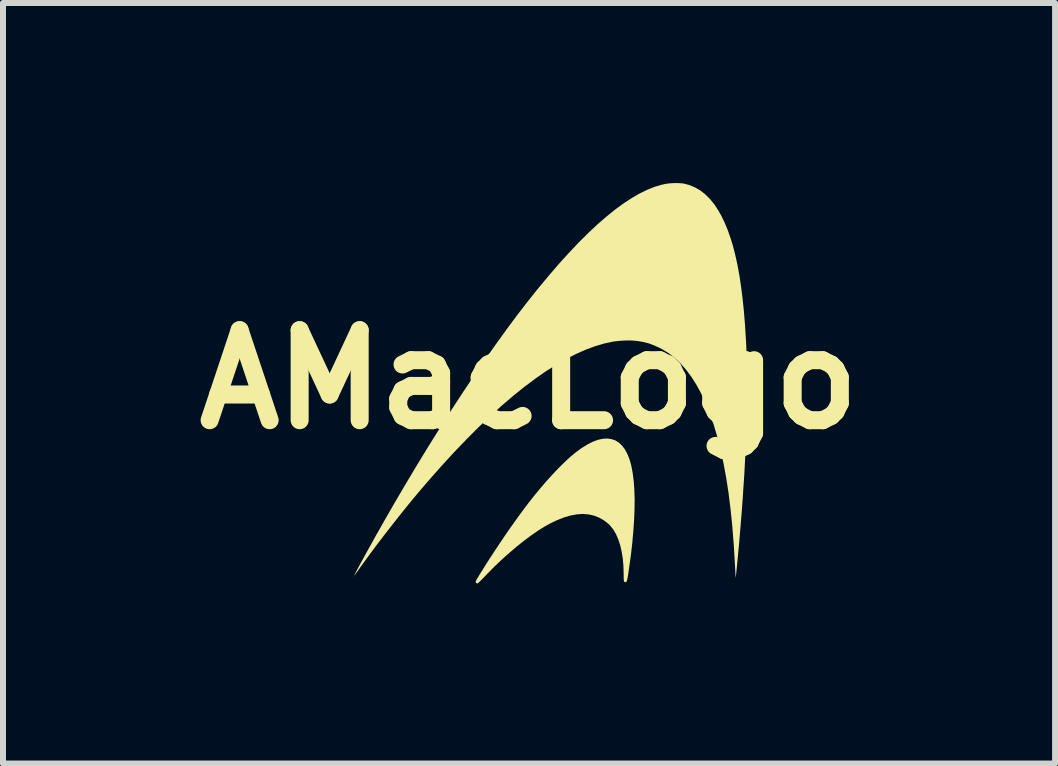
<source format=kicad_pcb>
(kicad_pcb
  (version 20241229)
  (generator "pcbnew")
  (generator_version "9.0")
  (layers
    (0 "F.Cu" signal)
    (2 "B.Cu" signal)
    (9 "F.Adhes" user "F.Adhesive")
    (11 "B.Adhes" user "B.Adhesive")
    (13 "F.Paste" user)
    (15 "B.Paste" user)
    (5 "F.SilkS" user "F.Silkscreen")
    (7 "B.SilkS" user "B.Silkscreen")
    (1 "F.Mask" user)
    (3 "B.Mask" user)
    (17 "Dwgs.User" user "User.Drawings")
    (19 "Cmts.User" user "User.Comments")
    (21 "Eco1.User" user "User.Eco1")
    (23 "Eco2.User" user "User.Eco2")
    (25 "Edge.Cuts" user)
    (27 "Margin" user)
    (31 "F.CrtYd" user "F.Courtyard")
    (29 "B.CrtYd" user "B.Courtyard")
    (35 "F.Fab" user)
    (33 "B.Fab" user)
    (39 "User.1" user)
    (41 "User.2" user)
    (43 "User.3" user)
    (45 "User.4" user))
  (footprint "AMacLogo"
    (layer "F.Cu")
    (at 5.764 3.273)
    (property "Reference" "AMacLogo" (at 0 0 0) (layer "F.SilkS") (effects (font (size 1.5 1.5) (thickness 0.3))))
    (attr board_only exclude_from_pos_files exclude_from_bom)
    (fp_poly (pts (xy -2.916 3.281) (xy -2.92 3.285) (xy -2.923 3.281) (xy -2.92 3.278)) (stroke (width 0) (type solid)) (fill yes) (layer "F.SilkS"))
    (fp_poly (pts (xy 1.375 0.993) (xy 1.438 1.015) (xy 1.496 1.051) (xy 1.549 1.099) (xy 1.595 1.161) (xy 1.636 1.235) (xy 1.672 1.322) (xy 1.701 1.422) (xy 1.707 1.45) (xy 1.729 1.568) (xy 1.745 1.698) (xy 1.755 1.841) (xy 1.76 1.996) (xy 1.758 2.163) (xy 1.751 2.34) (xy 1.738 2.529) (xy 1.72 2.728) (xy 1.696 2.937) (xy 1.665 3.156) (xy 1.655 3.227) (xy 1.647 3.277) (xy 1.64 3.315) (xy 1.634 3.342) (xy 1.628 3.36) (xy 1.621 3.371) (xy 1.613 3.376) (xy 1.606 3.377) (xy 1.596 3.376) (xy 1.589 3.371) (xy 1.583 3.361) (xy 1.58 3.344) (xy 1.578 3.318) (xy 1.577 3.282) (xy 1.577 3.236) (xy 1.573 3.104) (xy 1.562 2.98) (xy 1.543 2.864) (xy 1.518 2.757) (xy 1.486 2.66) (xy 1.448 2.573) (xy 1.403 2.498) (xy 1.352 2.434) (xy 1.324 2.406) (xy 1.248 2.347) (xy 1.168 2.301) (xy 1.084 2.268) (xy 0.994 2.248) (xy 0.9 2.24) (xy 0.801 2.246) (xy 0.696 2.265) (xy 0.586 2.297) (xy 0.471 2.342) (xy 0.366 2.391) (xy 0.263 2.448) (xy 0.154 2.516) (xy 0.039 2.595) (xy -0.079 2.683) (xy -0.201 2.78) (xy -0.324 2.885) (xy -0.449 2.996) (xy -0.573 3.114) (xy -0.695 3.237) (xy -0.747 3.291) (xy -0.778 3.323) (xy -0.806 3.351) (xy -0.83 3.374) (xy -0.848 3.39) (xy -0.859 3.398) (xy -0.86 3.398) (xy -0.876 3.393) (xy -0.881 3.39) (xy -0.888 3.376) (xy -0.889 3.368) (xy -0.886 3.358) (xy -0.875 3.337) (xy -0.857 3.307) (xy -0.834 3.268) (xy -0.806 3.222) (xy -0.773 3.17) (xy -0.737 3.112) (xy -0.698 3.051) (xy -0.657 2.986) (xy -0.614 2.92) (xy -0.57 2.853) (xy -0.526 2.787) (xy -0.483 2.722) (xy -0.459 2.686) (xy -0.34 2.512) (xy -0.225 2.35) (xy -0.116 2.199) (xy -0.01 2.059) (xy 0.093 1.928) (xy 0.194 1.806) (xy 0.293 1.691) (xy 0.391 1.583) (xy 0.488 1.481) (xy 0.51 1.459) (xy 0.579 1.391) (xy 0.641 1.332) (xy 0.699 1.28) (xy 0.752 1.235) (xy 0.805 1.194) (xy 0.858 1.155) (xy 0.888 1.135) (xy 0.981 1.078) (xy 1.069 1.034) (xy 1.153 1.004) (xy 1.232 0.987) (xy 1.306 0.983)) (stroke (width 0) (type solid)) (fill yes) (layer "F.SilkS"))
    (fp_poly (pts (xy 2.499 -3.272) (xy 2.55 -3.268) (xy 2.576 -3.265) (xy 2.674 -3.239) (xy 2.767 -3.2) (xy 2.855 -3.149) (xy 2.938 -3.084) (xy 3.016 -3.006) (xy 3.09 -2.915) (xy 3.158 -2.81) (xy 3.202 -2.732) (xy 3.257 -2.619) (xy 3.308 -2.497) (xy 3.355 -2.365) (xy 3.399 -2.222) (xy 3.438 -2.069) (xy 3.474 -1.905) (xy 3.506 -1.729) (xy 3.534 -1.542) (xy 3.559 -1.342) (xy 3.581 -1.129) (xy 3.599 -0.904) (xy 3.614 -0.666) (xy 3.619 -0.571) (xy 3.621 -0.522) (xy 3.623 -0.46) (xy 3.624 -0.388) (xy 3.626 -0.306) (xy 3.627 -0.217) (xy 3.627 -0.121) (xy 3.628 -0.02) (xy 3.628 0.084) (xy 3.628 0.19) (xy 3.628 0.295) (xy 3.628 0.399) (xy 3.627 0.5) (xy 3.626 0.596) (xy 3.625 0.686) (xy 3.624 0.768) (xy 3.622 0.84) (xy 3.621 0.902) (xy 3.619 0.935) (xy 3.609 1.156) (xy 3.598 1.371) (xy 3.587 1.582) (xy 3.573 1.791) (xy 3.559 2.002) (xy 3.543 2.216) (xy 3.525 2.436) (xy 3.506 2.664) (xy 3.484 2.902) (xy 3.472 3.026) (xy 3.465 3.101) (xy 3.459 3.162) (xy 3.454 3.211) (xy 3.45 3.248) (xy 3.447 3.274) (xy 3.445 3.291) (xy 3.443 3.298) (xy 3.442 3.296) (xy 3.441 3.287) (xy 3.441 3.287) (xy 3.44 3.259) (xy 3.438 3.219) (xy 3.436 3.17) (xy 3.433 3.114) (xy 3.429 3.053) (xy 3.426 2.99) (xy 3.422 2.926) (xy 3.418 2.865) (xy 3.415 2.809) (xy 3.412 2.759) (xy 3.409 2.719) (xy 3.408 2.711) (xy 3.385 2.421) (xy 3.356 2.145) (xy 3.323 1.881) (xy 3.284 1.631) (xy 3.24 1.393) (xy 3.191 1.168) (xy 3.137 0.957) (xy 3.079 0.758) (xy 3.015 0.572) (xy 2.946 0.4) (xy 2.872 0.24) (xy 2.793 0.094) (xy 2.709 -0.039) (xy 2.62 -0.159) (xy 2.526 -0.266) (xy 2.428 -0.359) (xy 2.324 -0.44) (xy 2.215 -0.507) (xy 2.176 -0.527) (xy 2.086 -0.568) (xy 2.001 -0.6) (xy 1.915 -0.623) (xy 1.824 -0.639) (xy 1.744 -0.648) (xy 1.694 -0.65) (xy 1.634 -0.65) (xy 1.569 -0.648) (xy 1.504 -0.643) (xy 1.443 -0.637) (xy 1.398 -0.631) (xy 1.251 -0.599) (xy 1.099 -0.554) (xy 0.943 -0.496) (xy 0.782 -0.425) (xy 0.617 -0.341) (xy 0.448 -0.243) (xy 0.275 -0.133) (xy 0.098 -0.009) (xy -0.083 0.127) (xy -0.268 0.276) (xy -0.457 0.438) (xy -0.649 0.612) (xy -0.845 0.799) (xy -1.044 0.999) (xy -1.247 1.21) (xy -1.453 1.435) (xy -1.662 1.671) (xy -1.818 1.853) (xy -1.935 1.992) (xy -2.056 2.14) (xy -2.179 2.294) (xy -2.303 2.452) (xy -2.426 2.61) (xy -2.546 2.768) (xy -2.66 2.921) (xy -2.767 3.068) (xy -2.813 3.132) (xy -2.84 3.17) (xy -2.864 3.204) (xy -2.885 3.232) (xy -2.9 3.253) (xy -2.909 3.265) (xy -2.911 3.267) (xy -2.912 3.266) (xy -2.907 3.253) (xy -2.895 3.23) (xy -2.878 3.197) (xy -2.856 3.155) (xy -2.829 3.105) (xy -2.798 3.047) (xy -2.763 2.984) (xy -2.725 2.914) (xy -2.684 2.84) (xy -2.641 2.763) (xy -2.596 2.682) (xy -2.55 2.599) (xy -2.502 2.515) (xy -2.454 2.431) (xy -2.407 2.346) (xy -2.359 2.264) (xy -2.313 2.183) (xy -2.268 2.105) (xy -2.254 2.08) (xy -2.061 1.752) (xy -1.869 1.43) (xy -1.677 1.116) (xy -1.486 0.81) (xy -1.296 0.512) (xy -1.108 0.224) (xy -0.922 -0.055) (xy -0.738 -0.324) (xy -0.556 -0.582) (xy -0.378 -0.829) (xy -0.203 -1.065) (xy -0.031 -1.288) (xy 0.136 -1.498) (xy 0.166 -1.534) (xy 0.34 -1.743) (xy 0.509 -1.939) (xy 0.675 -2.121) (xy 0.835 -2.29) (xy 0.992 -2.446) (xy 1.144 -2.588) (xy 1.292 -2.716) (xy 1.435 -2.832) (xy 1.575 -2.934) (xy 1.71 -3.022) (xy 1.84 -3.098) (xy 1.967 -3.16) (xy 2.089 -3.209) (xy 2.207 -3.244) (xy 2.268 -3.258) (xy 2.321 -3.266) (xy 2.38 -3.271) (xy 2.44 -3.273)) (stroke (width 0) (type solid)) (fill yes) (layer "F.SilkS")))
  (gr_rect
    (start -3 -3)
    (end 14.529 9.671)
    (stroke (width 0.1) (type default))
    (fill no)
    (layer "Edge.Cuts")))
</source>
